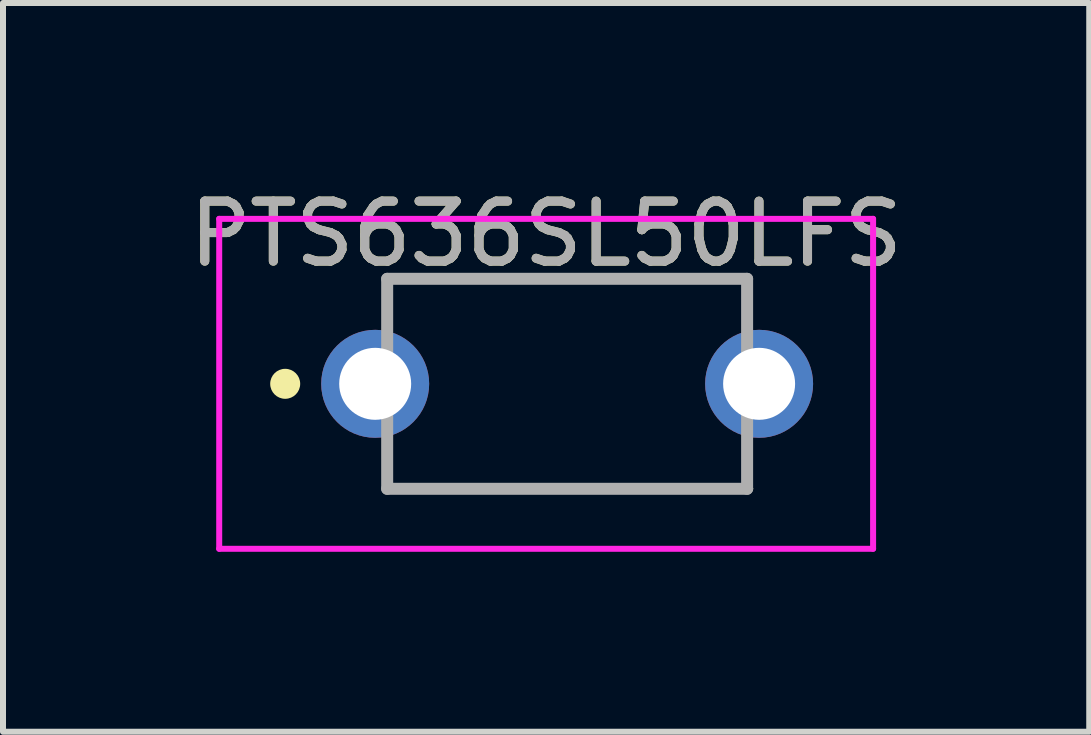
<source format=kicad_pcb>
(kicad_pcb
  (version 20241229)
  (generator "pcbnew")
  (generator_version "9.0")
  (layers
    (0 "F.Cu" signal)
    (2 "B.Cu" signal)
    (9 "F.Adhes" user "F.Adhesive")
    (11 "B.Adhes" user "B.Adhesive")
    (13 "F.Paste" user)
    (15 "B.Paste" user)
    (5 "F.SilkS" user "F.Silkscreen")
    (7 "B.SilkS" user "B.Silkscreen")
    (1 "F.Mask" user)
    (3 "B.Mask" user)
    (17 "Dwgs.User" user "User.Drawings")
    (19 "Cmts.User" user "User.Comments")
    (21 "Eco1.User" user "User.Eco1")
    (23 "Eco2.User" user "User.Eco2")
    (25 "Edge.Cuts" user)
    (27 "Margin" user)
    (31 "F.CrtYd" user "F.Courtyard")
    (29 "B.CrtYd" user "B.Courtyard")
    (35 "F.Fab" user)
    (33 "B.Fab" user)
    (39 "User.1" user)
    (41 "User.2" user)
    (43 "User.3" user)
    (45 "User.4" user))
  (footprint "PTS636SL50LFS"
    (layer "F.Cu")
    (at 3.204 3.348)
    (property "Reference" "PTS636SL50LFS" (at 2.85 -2.5 0) (layer "F.SilkS") (effects (font (size 1 1) (thickness 0.15))))
    (attr through_hole)
    (fp_line (start 0.2 -1.75) (end 0.2 -1.75) (stroke (width 0.1) (type solid)) (layer "F.SilkS"))
    (fp_line (start 0.2 -1.75) (end 6.2 -1.75) (stroke (width 0.1) (type solid)) (layer "F.SilkS"))
    (fp_line (start 0.2 1.75) (end 0.2 1.75) (stroke (width 0.1) (type solid)) (layer "F.SilkS"))
    (fp_line (start 0.2 1.75) (end 6.25 1.75) (stroke (width 0.1) (type solid)) (layer "F.SilkS"))
    (fp_line (start 6.2 -1.75) (end 0.2 -1.75) (stroke (width 0.1) (type solid)) (layer "F.SilkS"))
    (fp_line (start 6.2 -1.75) (end 6.2 -1.75) (stroke (width 0.1) (type solid)) (layer "F.SilkS"))
    (fp_line (start 6.25 1.75) (end 0.2 1.75) (stroke (width 0.1) (type solid)) (layer "F.SilkS"))
    (fp_line (start 6.25 1.75) (end 6.25 1.75) (stroke (width 0.1) (type solid)) (layer "F.SilkS"))
    (fp_circle (center -1.5 0) (end -1.25 0) (stroke (width 0) (type solid)) (fill yes) (layer "F.SilkS"))
    (fp_line (start -2.6 -2.75) (end 8.3 -2.75) (stroke (width 0.1) (type solid)) (layer "F.CrtYd"))
    (fp_line (start -2.6 2.75) (end -2.6 -2.75) (stroke (width 0.1) (type solid)) (layer "F.CrtYd"))
    (fp_line (start 8.3 -2.75) (end 8.3 2.75) (stroke (width 0.1) (type solid)) (layer "F.CrtYd"))
    (fp_line (start 8.3 2.75) (end -2.6 2.75) (stroke (width 0.1) (type solid)) (layer "F.CrtYd"))
    (fp_line (start 0.2 -1.75) (end 0.2 1.75) (stroke (width 0.2) (type solid)) (layer "F.Fab"))
    (fp_line (start 0.2 1.75) (end 6.2 1.75) (stroke (width 0.2) (type solid)) (layer "F.Fab"))
    (fp_line (start 6.2 -1.75) (end 0.2 -1.75) (stroke (width 0.2) (type solid)) (layer "F.Fab"))
    (fp_line (start 6.2 1.75) (end 6.2 -1.75) (stroke (width 0.2) (type solid)) (layer "F.Fab"))
    (fp_text user "${REFERENCE}" (at 2.85 -2.5 0) (layer "F.Fab") (effects (font (size 1 1) (thickness 0.15))))
    (pad "1" thru_hole circle (at 0 0) (size 1.8 1.8) (drill 1.2) (layers "*.Cu" "*.Mask"))
    (pad "2" thru_hole circle (at 6.4 0) (size 1.8 1.8) (drill 1.2) (layers "*.Cu" "*.Mask")))
  (gr_rect
    (start -3 -3)
    (end 15.107 9.148)
    (stroke (width 0.1) (type default))
    (fill no)
    (layer "Edge.Cuts")))
</source>
